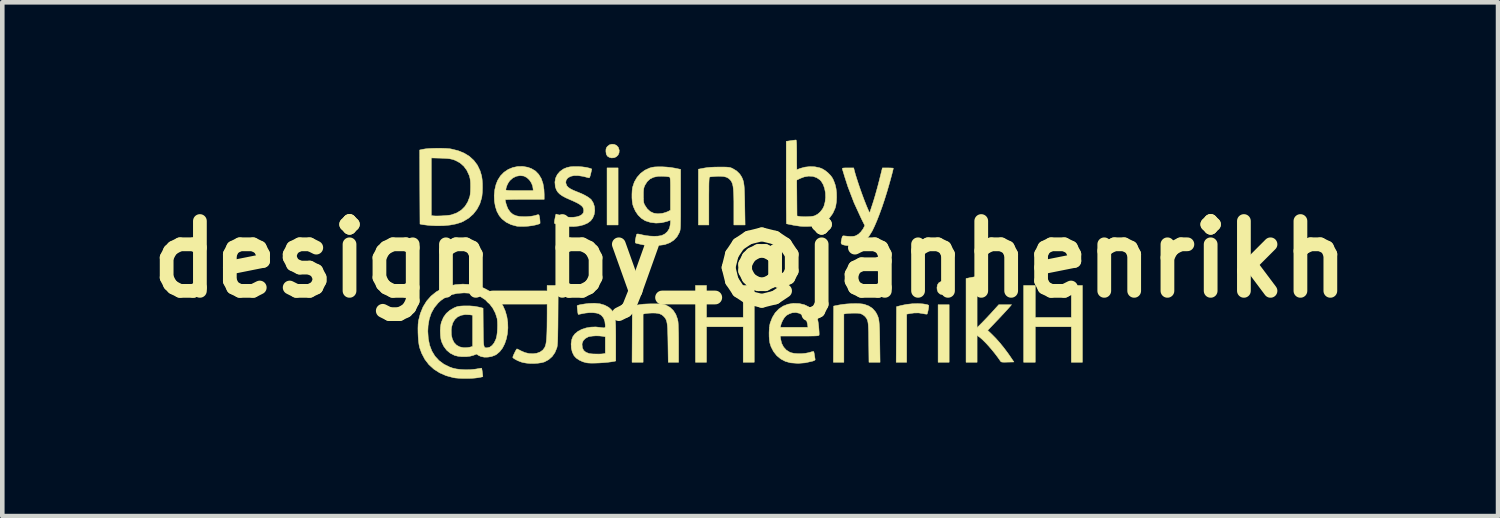
<source format=kicad_pcb>
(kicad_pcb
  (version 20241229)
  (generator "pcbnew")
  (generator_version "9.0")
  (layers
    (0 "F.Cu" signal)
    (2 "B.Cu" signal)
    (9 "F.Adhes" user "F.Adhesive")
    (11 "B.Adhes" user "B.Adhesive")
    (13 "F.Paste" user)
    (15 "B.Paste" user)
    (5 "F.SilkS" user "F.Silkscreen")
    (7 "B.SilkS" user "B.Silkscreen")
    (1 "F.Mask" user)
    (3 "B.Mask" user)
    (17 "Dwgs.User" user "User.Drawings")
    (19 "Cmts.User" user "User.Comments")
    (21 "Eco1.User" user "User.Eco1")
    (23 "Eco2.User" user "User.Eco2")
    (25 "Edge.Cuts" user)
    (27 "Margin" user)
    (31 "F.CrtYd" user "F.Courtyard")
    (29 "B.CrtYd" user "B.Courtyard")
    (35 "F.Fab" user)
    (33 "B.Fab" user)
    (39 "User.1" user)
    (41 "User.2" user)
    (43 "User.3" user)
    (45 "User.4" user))
  (footprint "design_by_@janhenrikh"
    (layer "F.Cu")
    (at 13.324 2.609)
    (property "Reference" "design_by_@janhenrikh" (at 0 0 0) (layer "F.SilkS") (effects (font (size 1.524 1.524) (thickness 0.3))))
    (attr through_hole)
    (fp_poly (pts (xy -2.883 -0.749) (xy -3.124 -0.749) (xy -3.124 -1.994) (xy -2.883 -1.994) (xy -2.883 -0.749)) (stroke (width 0.01) (type solid)) (fill yes) (layer "F.SilkS"))
    (fp_poly (pts (xy 4.343 2.248) (xy 4.102 2.248) (xy 4.102 0.991) (xy 4.343 0.991) (xy 4.343 2.248)) (stroke (width 0.01) (type solid)) (fill yes) (layer "F.SilkS"))
    (fp_poly (pts (xy -0.953 1.27) (xy -0.152 1.27) (xy -0.152 0.572) (xy 0.089 0.572) (xy 0.089 2.248) (xy -0.152 2.248) (xy -0.152 1.473) (xy -0.953 1.473) (xy -0.953 2.248) (xy -1.194 2.248) (xy -1.194 0.572) (xy -0.953 0.572) (xy -0.953 1.27)) (stroke (width 0.01) (type solid)) (fill yes) (layer "F.SilkS"))
    (fp_poly (pts (xy 6.223 1.27) (xy 7.01 1.27) (xy 7.01 0.572) (xy 7.252 0.572) (xy 7.252 2.248) (xy 7.01 2.248) (xy 7.01 1.473) (xy 6.223 1.473) (xy 6.223 2.248) (xy 5.969 2.248) (xy 5.969 0.572) (xy 6.223 0.572) (xy 6.223 1.27)) (stroke (width 0.01) (type solid)) (fill yes) (layer "F.SilkS"))
    (fp_poly (pts (xy -2.964 -2.507) (xy -2.916 -2.484) (xy -2.879 -2.444) (xy -2.877 -2.439) (xy -2.858 -2.38) (xy -2.862 -2.324) (xy -2.883 -2.276) (xy -2.92 -2.239) (xy -2.969 -2.216) (xy -3.026 -2.212) (xy -3.073 -2.224) (xy -3.116 -2.251) (xy -3.141 -2.294) (xy -3.149 -2.355) (xy -3.149 -2.359) (xy -3.147 -2.404) (xy -3.136 -2.436) (xy -3.115 -2.464) (xy -3.07 -2.498) (xy -3.017 -2.512) (xy -2.964 -2.507)) (stroke (width 0.01) (type solid)) (fill yes) (layer "F.SilkS"))
    (fp_poly (pts (xy 4.294 0.488) (xy 4.336 0.523) (xy 4.362 0.573) (xy 4.369 0.625) (xy 4.366 0.667) (xy 4.355 0.697) (xy 4.33 0.727) (xy 4.326 0.732) (xy 4.293 0.759) (xy 4.263 0.772) (xy 4.227 0.774) (xy 4.185 0.77) (xy 4.149 0.76) (xy 4.142 0.757) (xy 4.103 0.722) (xy 4.082 0.67) (xy 4.077 0.621) (xy 4.087 0.56) (xy 4.116 0.515) (xy 4.166 0.485) (xy 4.177 0.481) (xy 4.24 0.474) (xy 4.294 0.488)) (stroke (width 0.01) (type solid)) (fill yes) (layer "F.SilkS"))
    (fp_poly (pts (xy 3.77 0.974) (xy 3.796 0.978) (xy 3.848 0.987) (xy 3.88 0.996) (xy 3.896 1.005) (xy 3.899 1.015) (xy 3.896 1.042) (xy 3.89 1.082) (xy 3.882 1.125) (xy 3.873 1.164) (xy 3.865 1.19) (xy 3.862 1.196) (xy 3.847 1.198) (xy 3.814 1.194) (xy 3.778 1.187) (xy 3.679 1.171) (xy 3.579 1.172) (xy 3.497 1.183) (xy 3.416 1.198) (xy 3.416 2.248) (xy 3.187 2.248) (xy 3.191 1.641) (xy 3.194 1.035) (xy 3.308 1.006) (xy 3.42 0.984) (xy 3.541 0.971) (xy 3.661 0.968) (xy 3.77 0.974)) (stroke (width 0.01) (type solid)) (fill yes) (layer "F.SilkS"))
    (fp_poly (pts (xy -1.986 0.974) (xy -1.941 0.976) (xy -1.907 0.98) (xy -1.878 0.987) (xy -1.85 0.996) (xy -1.84 1) (xy -1.751 1.049) (xy -1.679 1.117) (xy -1.623 1.203) (xy -1.586 1.305) (xy -1.575 1.359) (xy -1.572 1.392) (xy -1.569 1.447) (xy -1.567 1.52) (xy -1.564 1.606) (xy -1.563 1.702) (xy -1.562 1.804) (xy -1.562 1.845) (xy -1.562 2.248) (xy -1.788 2.248) (xy -1.794 1.838) (xy -1.796 1.71) (xy -1.799 1.604) (xy -1.802 1.519) (xy -1.807 1.45) (xy -1.814 1.396) (xy -1.823 1.353) (xy -1.835 1.319) (xy -1.85 1.291) (xy -1.869 1.266) (xy -1.891 1.243) (xy -1.93 1.211) (xy -1.974 1.191) (xy -2.012 1.181) (xy -2.07 1.174) (xy -2.142 1.173) (xy -2.218 1.177) (xy -2.287 1.185) (xy -2.308 1.19) (xy -2.337 1.197) (xy -2.337 2.248) (xy -2.578 2.248) (xy -2.572 1.024) (xy -2.457 0.999) (xy -2.399 0.988) (xy -2.336 0.98) (xy -2.262 0.976) (xy -2.172 0.973) (xy -2.127 0.973) (xy -2.046 0.973) (xy -1.986 0.974)) (stroke (width 0.01) (type solid)) (fill yes) (layer "F.SilkS"))
    (fp_poly (pts (xy 2.378 0.969) (xy 2.45 0.976) (xy 2.489 0.983) (xy 2.589 1.02) (xy 2.671 1.074) (xy 2.735 1.147) (xy 2.759 1.187) (xy 2.775 1.22) (xy 2.788 1.251) (xy 2.799 1.284) (xy 2.807 1.321) (xy 2.813 1.366) (xy 2.818 1.422) (xy 2.822 1.492) (xy 2.825 1.578) (xy 2.827 1.683) (xy 2.829 1.807) (xy 2.835 2.248) (xy 2.593 2.248) (xy 2.588 1.819) (xy 2.586 1.697) (xy 2.585 1.597) (xy 2.582 1.517) (xy 2.579 1.454) (xy 2.575 1.405) (xy 2.569 1.366) (xy 2.561 1.336) (xy 2.551 1.311) (xy 2.539 1.289) (xy 2.524 1.267) (xy 2.497 1.238) (xy 2.46 1.211) (xy 2.447 1.203) (xy 2.418 1.19) (xy 2.387 1.181) (xy 2.347 1.177) (xy 2.292 1.176) (xy 2.267 1.176) (xy 2.207 1.177) (xy 2.151 1.18) (xy 2.107 1.184) (xy 2.092 1.186) (xy 2.045 1.195) (xy 2.045 2.248) (xy 1.816 2.248) (xy 1.822 1.022) (xy 1.93 1) (xy 2.011 0.986) (xy 2.102 0.976) (xy 2.198 0.97) (xy 2.292 0.968) (xy 2.378 0.969)) (stroke (width 0.01) (type solid)) (fill yes) (layer "F.SilkS"))
    (fp_poly (pts (xy -0.587 -2.013) (xy -0.528 -2.012) (xy -0.485 -2.009) (xy -0.452 -2.005) (xy -0.426 -1.999) (xy -0.401 -1.989) (xy -0.38 -1.979) (xy -0.296 -1.928) (xy -0.227 -1.86) (xy -0.188 -1.8) (xy -0.172 -1.767) (xy -0.159 -1.734) (xy -0.148 -1.698) (xy -0.14 -1.656) (xy -0.133 -1.605) (xy -0.128 -1.543) (xy -0.125 -1.466) (xy -0.122 -1.371) (xy -0.119 -1.256) (xy -0.118 -1.178) (xy -0.111 -0.749) (xy -0.356 -0.749) (xy -0.356 -1.127) (xy -0.356 -1.26) (xy -0.358 -1.369) (xy -0.362 -1.459) (xy -0.367 -1.532) (xy -0.374 -1.59) (xy -0.384 -1.636) (xy -0.397 -1.673) (xy -0.413 -1.703) (xy -0.43 -1.727) (xy -0.469 -1.765) (xy -0.517 -1.791) (xy -0.579 -1.807) (xy -0.659 -1.812) (xy -0.725 -1.811) (xy -0.783 -1.807) (xy -0.832 -1.803) (xy -0.868 -1.799) (xy -0.881 -1.796) (xy -0.886 -1.792) (xy -0.89 -1.784) (xy -0.894 -1.769) (xy -0.896 -1.744) (xy -0.898 -1.708) (xy -0.9 -1.658) (xy -0.901 -1.592) (xy -0.901 -1.507) (xy -0.902 -1.402) (xy -0.902 -1.273) (xy -0.902 -0.749) (xy -1.13 -0.749) (xy -1.13 -1.966) (xy -1.006 -1.99) (xy -0.936 -2.001) (xy -0.858 -2.008) (xy -0.767 -2.012) (xy -0.667 -2.013) (xy -0.587 -2.013)) (stroke (width 0.01) (type solid)) (fill yes) (layer "F.SilkS"))
    (fp_poly (pts (xy 4.934 0.382) (xy 4.939 0.385) (xy 4.943 0.394) (xy 4.946 0.41) (xy 4.949 0.435) (xy 4.95 0.472) (xy 4.952 0.523) (xy 4.952 0.59) (xy 4.953 0.676) (xy 4.953 0.782) (xy 4.953 0.911) (xy 4.953 0.936) (xy 4.953 1.492) (xy 5.049 1.397) (xy 5.093 1.352) (xy 5.147 1.296) (xy 5.207 1.232) (xy 5.266 1.169) (xy 5.286 1.146) (xy 5.427 0.991) (xy 5.705 0.991) (xy 5.654 1.051) (xy 5.63 1.078) (xy 5.593 1.119) (xy 5.544 1.172) (xy 5.487 1.233) (xy 5.426 1.298) (xy 5.394 1.332) (xy 5.184 1.552) (xy 5.28 1.643) (xy 5.362 1.726) (xy 5.45 1.825) (xy 5.539 1.935) (xy 5.624 2.048) (xy 5.671 2.115) (xy 5.757 2.242) (xy 5.619 2.245) (xy 5.557 2.247) (xy 5.517 2.246) (xy 5.491 2.243) (xy 5.476 2.237) (xy 5.465 2.226) (xy 5.461 2.22) (xy 5.405 2.14) (xy 5.341 2.056) (xy 5.272 1.971) (xy 5.201 1.889) (xy 5.132 1.815) (xy 5.068 1.752) (xy 5.014 1.705) (xy 4.994 1.691) (xy 4.953 1.662) (xy 4.953 2.248) (xy 4.712 2.248) (xy 4.712 0.42) (xy 4.74 0.414) (xy 4.823 0.397) (xy 4.884 0.386) (xy 4.922 0.381) (xy 4.928 0.381) (xy 4.934 0.382)) (stroke (width 0.01) (type solid)) (fill yes) (layer "F.SilkS"))
    (fp_poly (pts (xy -4.194 1.216) (xy -4.195 1.363) (xy -4.196 1.488) (xy -4.198 1.591) (xy -4.199 1.676) (xy -4.201 1.745) (xy -4.203 1.8) (xy -4.206 1.843) (xy -4.209 1.876) (xy -4.213 1.903) (xy -4.217 1.925) (xy -4.221 1.937) (xy -4.262 2.037) (xy -4.322 2.123) (xy -4.399 2.191) (xy -4.49 2.24) (xy -4.499 2.243) (xy -4.558 2.258) (xy -4.634 2.269) (xy -4.717 2.275) (xy -4.801 2.274) (xy -4.832 2.272) (xy -4.888 2.266) (xy -4.942 2.257) (xy -4.978 2.249) (xy -5.027 2.232) (xy -5.077 2.211) (xy -5.123 2.187) (xy -5.159 2.165) (xy -5.179 2.146) (xy -5.182 2.14) (xy -5.176 2.12) (xy -5.163 2.086) (xy -5.144 2.047) (xy -5.125 2.007) (xy -5.106 1.975) (xy -5.093 1.958) (xy -5.09 1.956) (xy -5.075 1.962) (xy -5.045 1.977) (xy -5.004 1.998) (xy -5.001 2) (xy -4.915 2.037) (xy -4.826 2.058) (xy -4.739 2.062) (xy -4.657 2.051) (xy -4.585 2.024) (xy -4.527 1.983) (xy -4.487 1.93) (xy -4.475 1.903) (xy -4.464 1.871) (xy -4.456 1.833) (xy -4.449 1.785) (xy -4.444 1.726) (xy -4.439 1.654) (xy -4.436 1.566) (xy -4.434 1.46) (xy -4.433 1.334) (xy -4.432 1.186) (xy -4.432 1.114) (xy -4.432 0.572) (xy -4.19 0.572) (xy -4.194 1.216)) (stroke (width 0.01) (type solid)) (fill yes) (layer "F.SilkS"))
    (fp_poly (pts (xy -6.726 -2.422) (xy -6.637 -2.419) (xy -6.563 -2.413) (xy -6.53 -2.408) (xy -6.378 -2.371) (xy -6.244 -2.317) (xy -6.128 -2.246) (xy -6.032 -2.158) (xy -5.954 -2.054) (xy -5.896 -1.933) (xy -5.862 -1.82) (xy -5.851 -1.747) (xy -5.844 -1.657) (xy -5.843 -1.561) (xy -5.846 -1.465) (xy -5.854 -1.381) (xy -5.861 -1.34) (xy -5.901 -1.209) (xy -5.963 -1.091) (xy -6.045 -0.986) (xy -6.145 -0.898) (xy -6.261 -0.828) (xy -6.307 -0.807) (xy -6.419 -0.772) (xy -6.551 -0.747) (xy -6.699 -0.733) (xy -6.858 -0.732) (xy -6.966 -0.737) (xy -7.029 -0.742) (xy -7.088 -0.749) (xy -7.135 -0.755) (xy -7.156 -0.758) (xy -7.207 -0.769) (xy -7.208 -0.954) (xy -6.96 -0.954) (xy -6.918 -0.948) (xy -6.874 -0.945) (xy -6.812 -0.945) (xy -6.741 -0.947) (xy -6.667 -0.952) (xy -6.599 -0.958) (xy -6.543 -0.965) (xy -6.517 -0.971) (xy -6.402 -1.013) (xy -6.305 -1.073) (xy -6.226 -1.152) (xy -6.165 -1.248) (xy -6.121 -1.364) (xy -6.12 -1.365) (xy -6.111 -1.416) (xy -6.105 -1.487) (xy -6.103 -1.574) (xy -6.103 -1.587) (xy -6.104 -1.662) (xy -6.108 -1.719) (xy -6.115 -1.765) (xy -6.125 -1.806) (xy -6.132 -1.829) (xy -6.183 -1.939) (xy -6.25 -2.031) (xy -6.335 -2.105) (xy -6.436 -2.159) (xy -6.476 -2.174) (xy -6.517 -2.185) (xy -6.561 -2.194) (xy -6.615 -2.2) (xy -6.683 -2.204) (xy -6.76 -2.207) (xy -6.96 -2.212) (xy -6.96 -0.954) (xy -7.208 -0.954) (xy -7.211 -1.577) (xy -7.214 -2.385) (xy -7.147 -2.4) (xy -7.087 -2.41) (xy -7.009 -2.417) (xy -6.918 -2.421) (xy -6.821 -2.423) (xy -6.726 -2.422)) (stroke (width 0.01) (type solid)) (fill yes) (layer "F.SilkS"))
    (fp_poly (pts (xy 3.057 -1.993) (xy 3.097 -1.991) (xy 3.12 -1.989) (xy 3.124 -1.987) (xy 3.121 -1.967) (xy 3.112 -1.928) (xy 3.098 -1.873) (xy 3.08 -1.805) (xy 3.06 -1.731) (xy 3.038 -1.653) (xy 3.016 -1.576) (xy 2.995 -1.504) (xy 2.985 -1.47) (xy 2.933 -1.304) (xy 2.879 -1.143) (xy 2.824 -0.992) (xy 2.77 -0.853) (xy 2.718 -0.731) (xy 2.67 -0.63) (xy 2.664 -0.618) (xy 2.595 -0.506) (xy 2.517 -0.418) (xy 2.429 -0.354) (xy 2.332 -0.313) (xy 2.224 -0.295) (xy 2.107 -0.3) (xy 2.057 -0.309) (xy 2.017 -0.319) (xy 1.994 -0.333) (xy 1.984 -0.356) (xy 1.987 -0.393) (xy 1.998 -0.445) (xy 2.008 -0.484) (xy 2.018 -0.505) (xy 2.032 -0.511) (xy 2.045 -0.511) (xy 2.129 -0.502) (xy 2.194 -0.498) (xy 2.243 -0.5) (xy 2.283 -0.506) (xy 2.305 -0.514) (xy 2.362 -0.546) (xy 2.417 -0.598) (xy 2.464 -0.662) (xy 2.476 -0.685) (xy 2.502 -0.736) (xy 2.427 -0.886) (xy 2.268 -1.232) (xy 2.133 -1.585) (xy 2.064 -1.798) (xy 2.046 -1.858) (xy 2.03 -1.911) (xy 2.018 -1.95) (xy 2.012 -1.971) (xy 2.012 -1.972) (xy 2.011 -1.982) (xy 2.018 -1.988) (xy 2.039 -1.992) (xy 2.076 -1.994) (xy 2.132 -1.994) (xy 2.26 -1.994) (xy 2.273 -1.94) (xy 2.296 -1.855) (xy 2.328 -1.753) (xy 2.365 -1.639) (xy 2.406 -1.519) (xy 2.449 -1.399) (xy 2.492 -1.284) (xy 2.533 -1.18) (xy 2.569 -1.094) (xy 2.573 -1.086) (xy 2.607 -1.01) (xy 2.674 -1.213) (xy 2.698 -1.289) (xy 2.726 -1.382) (xy 2.755 -1.485) (xy 2.784 -1.59) (xy 2.81 -1.69) (xy 2.814 -1.705) (xy 2.886 -1.994) (xy 3.005 -1.994) (xy 3.057 -1.993)) (stroke (width 0.01) (type solid)) (fill yes) (layer "F.SilkS"))
    (fp_poly (pts (xy -3.665 -2.017) (xy -3.577 -2.005) (xy -3.502 -1.987) (xy -3.484 -1.98) (xy -3.457 -1.97) (xy -3.479 -1.871) (xy -3.493 -1.818) (xy -3.504 -1.788) (xy -3.515 -1.777) (xy -3.519 -1.777) (xy -3.646 -1.81) (xy -3.753 -1.826) (xy -3.843 -1.827) (xy -3.916 -1.811) (xy -3.974 -1.78) (xy -3.99 -1.765) (xy -4.019 -1.72) (xy -4.025 -1.668) (xy -4.006 -1.613) (xy -4.001 -1.604) (xy -3.973 -1.572) (xy -3.926 -1.539) (xy -3.859 -1.505) (xy -3.768 -1.468) (xy -3.766 -1.467) (xy -3.678 -1.431) (xy -3.599 -1.392) (xy -3.532 -1.352) (xy -3.483 -1.314) (xy -3.466 -1.297) (xy -3.423 -1.226) (xy -3.398 -1.145) (xy -3.392 -1.06) (xy -3.405 -0.977) (xy -3.436 -0.9) (xy -3.481 -0.84) (xy -3.547 -0.791) (xy -3.632 -0.753) (xy -3.734 -0.727) (xy -3.848 -0.715) (xy -3.971 -0.716) (xy -4.051 -0.724) (xy -4.101 -0.733) (xy -4.155 -0.745) (xy -4.205 -0.758) (xy -4.245 -0.772) (xy -4.27 -0.784) (xy -4.273 -0.787) (xy -4.273 -0.802) (xy -4.27 -0.835) (xy -4.263 -0.877) (xy -4.255 -0.92) (xy -4.247 -0.958) (xy -4.24 -0.981) (xy -4.238 -0.986) (xy -4.226 -0.983) (xy -4.195 -0.974) (xy -4.153 -0.961) (xy -4.143 -0.957) (xy -4.049 -0.932) (xy -3.957 -0.918) (xy -3.871 -0.916) (xy -3.794 -0.925) (xy -3.728 -0.944) (xy -3.677 -0.972) (xy -3.644 -1.009) (xy -3.632 -1.055) (xy -3.632 -1.056) (xy -3.637 -1.096) (xy -3.65 -1.132) (xy -3.677 -1.164) (xy -3.718 -1.196) (xy -3.776 -1.23) (xy -3.854 -1.267) (xy -3.923 -1.297) (xy -4.022 -1.341) (xy -4.1 -1.383) (xy -4.159 -1.425) (xy -4.202 -1.47) (xy -4.231 -1.519) (xy -4.251 -1.577) (xy -4.254 -1.59) (xy -4.262 -1.684) (xy -4.247 -1.771) (xy -4.209 -1.85) (xy -4.151 -1.917) (xy -4.075 -1.971) (xy -4 -2.002) (xy -3.934 -2.017) (xy -3.851 -2.024) (xy -3.759 -2.024) (xy -3.665 -2.017)) (stroke (width 0.01) (type solid)) (fill yes) (layer "F.SilkS"))
    (fp_poly (pts (xy 1.069 0.967) (xy 1.072 0.967) (xy 1.181 0.992) (xy 1.276 1.037) (xy 1.356 1.103) (xy 1.419 1.187) (xy 1.465 1.29) (xy 1.472 1.314) (xy 1.48 1.35) (xy 1.488 1.401) (xy 1.495 1.46) (xy 1.5 1.52) (xy 1.504 1.577) (xy 1.506 1.623) (xy 1.505 1.652) (xy 1.504 1.656) (xy 1.499 1.662) (xy 1.489 1.666) (xy 1.47 1.67) (xy 1.44 1.672) (xy 1.396 1.674) (xy 1.337 1.675) (xy 1.258 1.676) (xy 1.159 1.676) (xy 1.076 1.676) (xy 0.657 1.676) (xy 0.665 1.742) (xy 0.687 1.835) (xy 0.729 1.916) (xy 0.788 1.981) (xy 0.863 2.028) (xy 0.895 2.04) (xy 0.958 2.054) (xy 1.037 2.06) (xy 1.123 2.06) (xy 1.207 2.052) (xy 1.281 2.038) (xy 1.294 2.034) (xy 1.337 2.021) (xy 1.369 2.014) (xy 1.385 2.013) (xy 1.391 2.028) (xy 1.398 2.06) (xy 1.402 2.086) (xy 1.409 2.129) (xy 1.415 2.166) (xy 1.417 2.179) (xy 1.418 2.195) (xy 1.405 2.207) (xy 1.375 2.22) (xy 1.356 2.225) (xy 1.204 2.26) (xy 1.046 2.272) (xy 0.891 2.261) (xy 0.876 2.259) (xy 0.767 2.228) (xy 0.668 2.176) (xy 0.581 2.104) (xy 0.51 2.014) (xy 0.456 1.91) (xy 0.43 1.829) (xy 0.42 1.767) (xy 0.414 1.689) (xy 0.413 1.604) (xy 0.417 1.52) (xy 0.421 1.486) (xy 0.658 1.486) (xy 1.261 1.486) (xy 1.253 1.421) (xy 1.232 1.339) (xy 1.193 1.269) (xy 1.139 1.215) (xy 1.073 1.179) (xy 0.998 1.162) (xy 0.919 1.168) (xy 0.901 1.173) (xy 0.852 1.192) (xy 0.804 1.218) (xy 0.785 1.232) (xy 0.746 1.274) (xy 0.71 1.333) (xy 0.681 1.397) (xy 0.667 1.445) (xy 0.658 1.486) (xy 0.421 1.486) (xy 0.425 1.445) (xy 0.437 1.391) (xy 0.485 1.269) (xy 0.548 1.166) (xy 0.627 1.084) (xy 0.72 1.022) (xy 0.825 0.981) (xy 0.942 0.962) (xy 1.069 0.967)) (stroke (width 0.01) (type solid)) (fill yes) (layer "F.SilkS"))
    (fp_poly (pts (xy -4.851 -2.007) (xy -4.771 -1.977) (xy -4.685 -1.925) (xy -4.615 -1.852) (xy -4.56 -1.761) (xy -4.522 -1.651) (xy -4.501 -1.524) (xy -4.496 -1.419) (xy -4.496 -1.308) (xy -4.921 -1.308) (xy -5.022 -1.308) (xy -5.115 -1.307) (xy -5.196 -1.306) (xy -5.262 -1.304) (xy -5.311 -1.302) (xy -5.34 -1.3) (xy -5.347 -1.299) (xy -5.341 -1.262) (xy -5.328 -1.211) (xy -5.31 -1.157) (xy -5.29 -1.109) (xy -5.279 -1.088) (xy -5.233 -1.026) (xy -5.179 -0.98) (xy -5.111 -0.95) (xy -5.027 -0.933) (xy -4.924 -0.929) (xy -4.886 -0.93) (xy -4.804 -0.936) (xy -4.735 -0.946) (xy -4.684 -0.958) (xy -4.682 -0.959) (xy -4.644 -0.971) (xy -4.622 -0.974) (xy -4.611 -0.966) (xy -4.609 -0.964) (xy -4.603 -0.943) (xy -4.596 -0.907) (xy -4.59 -0.865) (xy -4.587 -0.824) (xy -4.586 -0.793) (xy -4.589 -0.779) (xy -4.603 -0.773) (xy -4.636 -0.762) (xy -4.681 -0.75) (xy -4.689 -0.748) (xy -4.759 -0.734) (xy -4.842 -0.723) (xy -4.93 -0.718) (xy -5.013 -0.717) (xy -5.083 -0.721) (xy -5.101 -0.724) (xy -5.221 -0.757) (xy -5.327 -0.81) (xy -5.417 -0.881) (xy -5.477 -0.952) (xy -5.527 -1.044) (xy -5.562 -1.152) (xy -5.582 -1.269) (xy -5.587 -1.392) (xy -5.575 -1.514) (xy -5.575 -1.515) (xy -5.334 -1.515) (xy -5.329 -1.51) (xy -5.314 -1.506) (xy -5.284 -1.503) (xy -5.238 -1.5) (xy -5.173 -1.499) (xy -5.087 -1.499) (xy -5.036 -1.499) (xy -4.737 -1.499) (xy -4.737 -1.528) (xy -4.748 -1.6) (xy -4.777 -1.67) (xy -4.82 -1.733) (xy -4.874 -1.783) (xy -4.934 -1.814) (xy -4.942 -1.817) (xy -5.024 -1.826) (xy -5.105 -1.812) (xy -5.18 -1.775) (xy -5.246 -1.717) (xy -5.25 -1.712) (xy -5.28 -1.669) (xy -5.307 -1.615) (xy -5.326 -1.56) (xy -5.334 -1.516) (xy -5.334 -1.515) (xy -5.575 -1.515) (xy -5.548 -1.63) (xy -5.511 -1.724) (xy -5.451 -1.819) (xy -5.374 -1.898) (xy -5.283 -1.96) (xy -5.182 -2.002) (xy -5.074 -2.025) (xy -4.962 -2.027) (xy -4.851 -2.007)) (stroke (width 0.01) (type solid)) (fill yes) (layer "F.SilkS"))
    (fp_poly (pts (xy 1.005 -2.598) (xy 1.009 -2.579) (xy 1.012 -2.546) (xy 1.014 -2.495) (xy 1.015 -2.424) (xy 1.016 -2.332) (xy 1.016 -2.28) (xy 1.016 -2.192) (xy 1.016 -2.113) (xy 1.017 -2.047) (xy 1.018 -1.996) (xy 1.018 -1.965) (xy 1.019 -1.956) (xy 1.032 -1.96) (xy 1.061 -1.971) (xy 1.092 -1.983) (xy 1.195 -2.011) (xy 1.305 -2.023) (xy 1.415 -2.018) (xy 1.518 -1.996) (xy 1.57 -1.976) (xy 1.636 -1.937) (xy 1.702 -1.883) (xy 1.76 -1.823) (xy 1.795 -1.773) (xy 1.815 -1.734) (xy 1.836 -1.682) (xy 1.855 -1.627) (xy 1.856 -1.626) (xy 1.874 -1.546) (xy 1.885 -1.452) (xy 1.887 -1.352) (xy 1.882 -1.255) (xy 1.869 -1.169) (xy 1.856 -1.119) (xy 1.804 -1.003) (xy 1.735 -0.906) (xy 1.649 -0.829) (xy 1.548 -0.771) (xy 1.473 -0.744) (xy 1.412 -0.731) (xy 1.335 -0.722) (xy 1.248 -0.717) (xy 1.161 -0.717) (xy 1.081 -0.723) (xy 1.073 -0.724) (xy 1.012 -0.733) (xy 0.943 -0.744) (xy 0.891 -0.755) (xy 0.846 -0.764) (xy 0.811 -0.771) (xy 0.794 -0.775) (xy 0.793 -0.775) (xy 0.792 -0.787) (xy 0.791 -0.823) (xy 0.79 -0.88) (xy 0.79 -0.956) (xy 0.789 -1.05) (xy 0.788 -1.159) (xy 0.788 -1.282) (xy 0.788 -1.415) (xy 0.787 -1.558) (xy 0.787 -1.674) (xy 0.787 -1.728) (xy 1.016 -1.728) (xy 1.019 -1.337) (xy 1.022 -0.946) (xy 1.06 -0.938) (xy 1.113 -0.931) (xy 1.179 -0.928) (xy 1.25 -0.929) (xy 1.319 -0.933) (xy 1.376 -0.941) (xy 1.404 -0.948) (xy 1.47 -0.982) (xy 1.531 -1.035) (xy 1.581 -1.1) (xy 1.61 -1.157) (xy 1.635 -1.251) (xy 1.646 -1.35) (xy 1.643 -1.45) (xy 1.625 -1.545) (xy 1.595 -1.63) (xy 1.553 -1.7) (xy 1.524 -1.732) (xy 1.451 -1.782) (xy 1.367 -1.81) (xy 1.275 -1.815) (xy 1.179 -1.798) (xy 1.102 -1.769) (xy 1.016 -1.728) (xy 0.787 -1.728) (xy 0.787 -2.574) (xy 0.886 -2.589) (xy 0.935 -2.596) (xy 0.974 -2.601) (xy 0.998 -2.604) (xy 1 -2.604) (xy 1.005 -2.598)) (stroke (width 0.01) (type solid)) (fill yes) (layer "F.SilkS"))
    (fp_poly (pts (xy -3.277 0.972) (xy -3.176 1.002) (xy -3.092 1.047) (xy -3.056 1.077) (xy -3.027 1.106) (xy -3.003 1.135) (xy -2.984 1.166) (xy -2.968 1.201) (xy -2.956 1.244) (xy -2.947 1.297) (xy -2.941 1.362) (xy -2.937 1.443) (xy -2.935 1.541) (xy -2.934 1.66) (xy -2.934 1.774) (xy -2.934 2.22) (xy -2.969 2.228) (xy -3.034 2.239) (xy -3.114 2.249) (xy -3.204 2.257) (xy -3.296 2.263) (xy -3.386 2.266) (xy -3.467 2.267) (xy -3.533 2.264) (xy -3.569 2.26) (xy -3.653 2.237) (xy -3.731 2.201) (xy -3.797 2.156) (xy -3.844 2.105) (xy -3.883 2.026) (xy -3.904 1.936) (xy -3.907 1.861) (xy -3.67 1.861) (xy -3.662 1.933) (xy -3.635 1.989) (xy -3.588 2.029) (xy -3.52 2.056) (xy -3.512 2.058) (xy -3.477 2.063) (xy -3.425 2.067) (xy -3.363 2.068) (xy -3.301 2.069) (xy -3.246 2.067) (xy -3.206 2.063) (xy -3.202 2.062) (xy -3.162 2.054) (xy -3.162 1.691) (xy -3.223 1.68) (xy -3.292 1.673) (xy -3.367 1.671) (xy -3.441 1.676) (xy -3.504 1.685) (xy -3.536 1.694) (xy -3.599 1.729) (xy -3.644 1.776) (xy -3.667 1.832) (xy -3.67 1.861) (xy -3.907 1.861) (xy -3.908 1.843) (xy -3.894 1.753) (xy -3.87 1.689) (xy -3.824 1.627) (xy -3.758 1.573) (xy -3.676 1.53) (xy -3.581 1.499) (xy -3.478 1.481) (xy -3.371 1.477) (xy -3.294 1.485) (xy -3.235 1.493) (xy -3.197 1.497) (xy -3.175 1.495) (xy -3.165 1.485) (xy -3.162 1.467) (xy -3.162 1.445) (xy -3.172 1.355) (xy -3.2 1.281) (xy -3.246 1.225) (xy -3.301 1.19) (xy -3.357 1.174) (xy -3.431 1.166) (xy -3.515 1.166) (xy -3.602 1.175) (xy -3.664 1.187) (xy -3.707 1.196) (xy -3.739 1.202) (xy -3.753 1.204) (xy -3.753 1.204) (xy -3.757 1.189) (xy -3.763 1.157) (xy -3.768 1.115) (xy -3.773 1.073) (xy -3.776 1.037) (xy -3.777 1.016) (xy -3.777 1.014) (xy -3.76 1.005) (xy -3.724 0.995) (xy -3.671 0.985) (xy -3.609 0.975) (xy -3.54 0.967) (xy -3.529 0.965) (xy -3.395 0.96) (xy -3.277 0.972)) (stroke (width 0.01) (type solid)) (fill yes) (layer "F.SilkS"))
    (fp_poly (pts (xy -1.921 -2.018) (xy -1.829 -2.013) (xy -1.739 -2.004) (xy -1.659 -1.991) (xy -1.651 -1.99) (xy -1.518 -1.962) (xy -1.518 -1.308) (xy -1.518 -1.163) (xy -1.518 -1.04) (xy -1.518 -0.938) (xy -1.519 -0.855) (xy -1.52 -0.789) (xy -1.521 -0.736) (xy -1.523 -0.695) (xy -1.526 -0.664) (xy -1.529 -0.64) (xy -1.533 -0.621) (xy -1.538 -0.605) (xy -1.544 -0.589) (xy -1.546 -0.583) (xy -1.596 -0.493) (xy -1.665 -0.419) (xy -1.752 -0.362) (xy -1.859 -0.322) (xy -1.898 -0.315) (xy -1.954 -0.308) (xy -2.021 -0.302) (xy -2.091 -0.298) (xy -2.157 -0.296) (xy -2.212 -0.296) (xy -2.248 -0.299) (xy -2.314 -0.311) (xy -2.377 -0.324) (xy -2.433 -0.336) (xy -2.475 -0.346) (xy -2.499 -0.354) (xy -2.501 -0.355) (xy -2.508 -0.366) (xy -2.509 -0.389) (xy -2.504 -0.43) (xy -2.5 -0.448) (xy -2.491 -0.493) (xy -2.482 -0.529) (xy -2.476 -0.547) (xy -2.463 -0.552) (xy -2.434 -0.55) (xy -2.385 -0.54) (xy -2.354 -0.532) (xy -2.274 -0.516) (xy -2.185 -0.506) (xy -2.097 -0.502) (xy -2.015 -0.505) (xy -1.948 -0.515) (xy -1.933 -0.518) (xy -1.865 -0.551) (xy -1.808 -0.601) (xy -1.768 -0.664) (xy -1.759 -0.69) (xy -1.75 -0.727) (xy -1.743 -0.769) (xy -1.74 -0.809) (xy -1.739 -0.838) (xy -1.743 -0.851) (xy -1.744 -0.851) (xy -1.756 -0.847) (xy -1.786 -0.837) (xy -1.823 -0.824) (xy -1.937 -0.797) (xy -2.056 -0.79) (xy -2.174 -0.804) (xy -2.284 -0.839) (xy -2.294 -0.843) (xy -2.374 -0.894) (xy -2.446 -0.964) (xy -2.505 -1.051) (xy -2.549 -1.149) (xy -2.565 -1.203) (xy -2.574 -1.264) (xy -2.58 -1.34) (xy -2.58 -1.391) (xy -2.33 -1.391) (xy -2.33 -1.323) (xy -2.327 -1.275) (xy -2.323 -1.24) (xy -2.315 -1.212) (xy -2.302 -1.185) (xy -2.3 -1.181) (xy -2.246 -1.1) (xy -2.181 -1.041) (xy -2.105 -1.006) (xy -2.018 -0.993) (xy -1.919 -1.002) (xy -1.887 -1.01) (xy -1.84 -1.024) (xy -1.797 -1.041) (xy -1.776 -1.051) (xy -1.74 -1.072) (xy -1.74 -1.43) (xy -1.74 -1.535) (xy -1.74 -1.618) (xy -1.741 -1.681) (xy -1.743 -1.727) (xy -1.746 -1.758) (xy -1.749 -1.779) (xy -1.754 -1.79) (xy -1.76 -1.795) (xy -1.761 -1.796) (xy -1.783 -1.801) (xy -1.823 -1.806) (xy -1.874 -1.81) (xy -1.898 -1.812) (xy -2.01 -1.811) (xy -2.106 -1.791) (xy -2.185 -1.753) (xy -2.248 -1.695) (xy -2.297 -1.617) (xy -2.3 -1.609) (xy -2.314 -1.577) (xy -2.322 -1.546) (xy -2.327 -1.508) (xy -2.33 -1.459) (xy -2.33 -1.391) (xy -2.58 -1.391) (xy -2.58 -1.422) (xy -2.576 -1.5) (xy -2.568 -1.565) (xy -2.565 -1.576) (xy -2.527 -1.689) (xy -2.468 -1.789) (xy -2.392 -1.875) (xy -2.3 -1.943) (xy -2.196 -1.991) (xy -2.143 -2.006) (xy -2.085 -2.015) (xy -2.008 -2.018) (xy -1.921 -2.018)) (stroke (width 0.01) (type solid)) (fill yes) (layer "F.SilkS"))
    (fp_poly (pts (xy -6.107 0.551) (xy -5.952 0.581) (xy -5.81 0.631) (xy -5.682 0.7) (xy -5.57 0.788) (xy -5.474 0.893) (xy -5.396 1.016) (xy -5.346 1.129) (xy -5.311 1.25) (xy -5.292 1.374) (xy -5.288 1.499) (xy -5.298 1.621) (xy -5.322 1.737) (xy -5.358 1.844) (xy -5.406 1.938) (xy -5.466 2.016) (xy -5.536 2.076) (xy -5.567 2.093) (xy -5.643 2.122) (xy -5.724 2.136) (xy -5.803 2.137) (xy -5.875 2.123) (xy -5.933 2.096) (xy -5.935 2.095) (xy -5.97 2.069) (xy -6.043 2.097) (xy -6.114 2.116) (xy -6.199 2.126) (xy -6.29 2.126) (xy -6.376 2.117) (xy -6.449 2.099) (xy -6.454 2.097) (xy -6.548 2.049) (xy -6.626 1.983) (xy -6.689 1.898) (xy -6.733 1.805) (xy -6.75 1.743) (xy -6.76 1.665) (xy -6.764 1.578) (xy -6.762 1.544) (xy -6.525 1.544) (xy -6.522 1.651) (xy -6.501 1.742) (xy -6.464 1.817) (xy -6.41 1.874) (xy -6.341 1.912) (xy -6.259 1.929) (xy -6.231 1.93) (xy -6.18 1.928) (xy -6.13 1.921) (xy -6.107 1.916) (xy -6.058 1.901) (xy -6.058 1.221) (xy -6.116 1.212) (xy -6.22 1.207) (xy -6.31 1.223) (xy -6.387 1.259) (xy -6.448 1.315) (xy -6.492 1.39) (xy -6.518 1.483) (xy -6.525 1.544) (xy -6.762 1.544) (xy -6.761 1.493) (xy -6.75 1.416) (xy -6.739 1.372) (xy -6.694 1.267) (xy -6.633 1.182) (xy -6.555 1.114) (xy -6.465 1.062) (xy -6.426 1.045) (xy -6.392 1.033) (xy -6.356 1.026) (xy -6.31 1.021) (xy -6.247 1.018) (xy -6.231 1.018) (xy -6.12 1.018) (xy -6.021 1.026) (xy -5.923 1.044) (xy -5.877 1.055) (xy -5.83 1.068) (xy -5.827 1.479) (xy -5.825 1.599) (xy -5.824 1.696) (xy -5.822 1.772) (xy -5.819 1.829) (xy -5.814 1.872) (xy -5.807 1.901) (xy -5.798 1.919) (xy -5.785 1.929) (xy -5.769 1.933) (xy -5.75 1.933) (xy -5.741 1.933) (xy -5.685 1.919) (xy -5.633 1.882) (xy -5.588 1.825) (xy -5.551 1.748) (xy -5.542 1.721) (xy -5.53 1.669) (xy -5.521 1.6) (xy -5.516 1.521) (xy -5.514 1.44) (xy -5.516 1.366) (xy -5.522 1.305) (xy -5.524 1.291) (xy -5.56 1.178) (xy -5.616 1.069) (xy -5.691 0.97) (xy -5.779 0.886) (xy -5.875 0.823) (xy -5.963 0.782) (xy -6.047 0.755) (xy -6.137 0.74) (xy -6.241 0.734) (xy -6.248 0.734) (xy -6.393 0.744) (xy -6.524 0.774) (xy -6.643 0.825) (xy -6.75 0.898) (xy -6.808 0.951) (xy -6.894 1.055) (xy -6.96 1.172) (xy -7.005 1.304) (xy -7.03 1.45) (xy -7.036 1.57) (xy -7.026 1.73) (xy -6.997 1.875) (xy -6.948 2.003) (xy -6.88 2.115) (xy -6.792 2.211) (xy -6.686 2.29) (xy -6.561 2.352) (xy -6.496 2.375) (xy -6.414 2.394) (xy -6.316 2.406) (xy -6.21 2.412) (xy -6.104 2.409) (xy -6.005 2.399) (xy -5.977 2.395) (xy -5.927 2.386) (xy -5.888 2.38) (xy -5.865 2.377) (xy -5.861 2.377) (xy -5.858 2.391) (xy -5.852 2.422) (xy -5.846 2.463) (xy -5.841 2.504) (xy -5.837 2.539) (xy -5.835 2.56) (xy -5.836 2.563) (xy -5.849 2.567) (xy -5.881 2.574) (xy -5.926 2.582) (xy -5.939 2.585) (xy -6.005 2.593) (xy -6.087 2.599) (xy -6.178 2.601) (xy -6.27 2.601) (xy -6.358 2.597) (xy -6.433 2.591) (xy -6.477 2.584) (xy -6.636 2.541) (xy -6.778 2.479) (xy -6.903 2.399) (xy -7.011 2.301) (xy -7.1 2.185) (xy -7.17 2.052) (xy -7.215 1.928) (xy -7.228 1.867) (xy -7.239 1.786) (xy -7.246 1.695) (xy -7.25 1.598) (xy -7.251 1.504) (xy -7.248 1.418) (xy -7.24 1.347) (xy -7.239 1.34) (xy -7.199 1.183) (xy -7.14 1.04) (xy -7.062 0.913) (xy -6.966 0.804) (xy -6.853 0.712) (xy -6.725 0.639) (xy -6.582 0.586) (xy -6.427 0.553) (xy -6.274 0.542) (xy -6.107 0.551)) (stroke (width 0.01) (type solid)) (fill yes) (layer "F.SilkS")))
  (gr_rect
    (start -3 -3)
    (end 29.648 8.215)
    (stroke (width 0.1) (type default))
    (fill no)
    (layer "Edge.Cuts")))
</source>
